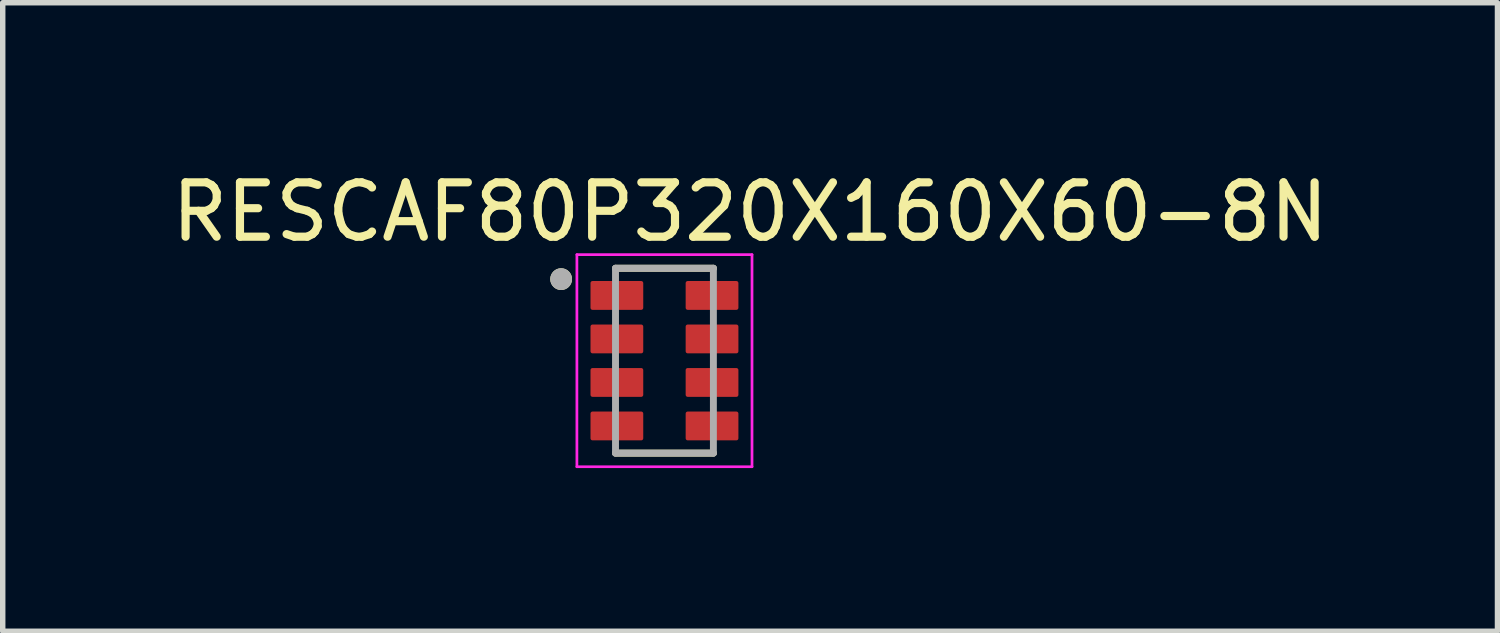
<source format=kicad_pcb>
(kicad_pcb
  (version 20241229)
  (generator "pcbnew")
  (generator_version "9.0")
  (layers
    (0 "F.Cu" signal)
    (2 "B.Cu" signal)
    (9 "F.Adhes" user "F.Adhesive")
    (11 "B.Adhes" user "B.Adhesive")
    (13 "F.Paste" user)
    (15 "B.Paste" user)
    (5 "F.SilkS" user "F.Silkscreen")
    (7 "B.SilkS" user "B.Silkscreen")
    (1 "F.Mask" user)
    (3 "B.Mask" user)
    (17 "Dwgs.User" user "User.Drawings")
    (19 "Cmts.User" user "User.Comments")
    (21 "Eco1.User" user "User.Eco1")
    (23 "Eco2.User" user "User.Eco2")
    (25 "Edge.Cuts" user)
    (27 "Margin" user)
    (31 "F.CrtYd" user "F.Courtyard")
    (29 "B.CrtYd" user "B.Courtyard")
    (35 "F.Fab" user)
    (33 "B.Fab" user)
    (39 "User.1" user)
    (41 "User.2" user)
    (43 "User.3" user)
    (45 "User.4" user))
  (footprint "RESCAF80P320X160X60-8N"
    (layer "F.Cu")
    (at 9.169 3.583)
    (property "Reference" "RESCAF80P320X160X60-8N" (at 1.575 -2.735 0) (layer "F.SilkS") (effects (font (size 1 1) (thickness 0.15))))
    (attr through_hole)
    (fp_line (start -0.9 -1.7) (end 0.9 -1.7) (stroke (width 0.127) (type solid)) (layer "F.SilkS"))
    (fp_line (start 0.9 1.7) (end -0.9 1.7) (stroke (width 0.127) (type solid)) (layer "F.SilkS"))
    (fp_circle (center -1.9 -1.5) (end -1.8 -1.5) (stroke (width 0.2) (type solid)) (fill no) (layer "F.SilkS"))
    (fp_line (start -1.61 -1.95) (end 1.61 -1.95) (stroke (width 0.05) (type solid)) (layer "F.CrtYd"))
    (fp_line (start -1.61 1.95) (end -1.61 -1.95) (stroke (width 0.05) (type solid)) (layer "F.CrtYd"))
    (fp_line (start 1.61 -1.95) (end 1.61 1.95) (stroke (width 0.05) (type solid)) (layer "F.CrtYd"))
    (fp_line (start 1.61 1.95) (end -1.61 1.95) (stroke (width 0.05) (type solid)) (layer "F.CrtYd"))
    (fp_line (start -0.9 -1.7) (end 0.9 -1.7) (stroke (width 0.127) (type solid)) (layer "F.Fab"))
    (fp_line (start -0.9 1.7) (end -0.9 -1.7) (stroke (width 0.127) (type solid)) (layer "F.Fab"))
    (fp_line (start 0.9 -1.7) (end 0.9 1.7) (stroke (width 0.127) (type solid)) (layer "F.Fab"))
    (fp_line (start 0.9 1.7) (end -0.9 1.7) (stroke (width 0.127) (type solid)) (layer "F.Fab"))
    (fp_circle (center -1.9 -1.5) (end -1.8 -1.5) (stroke (width 0.2) (type solid)) (fill no) (layer "F.Fab"))
    (pad "1" smd roundrect (at -0.875 -1.2) (size 0.97 0.53) (layers "F.Cu" "F.Mask" "F.Paste") (roundrect_rratio 0.07))
    (pad "2" smd roundrect (at -0.875 -0.4) (size 0.97 0.53) (layers "F.Cu" "F.Mask" "F.Paste") (roundrect_rratio 0.07))
    (pad "3" smd roundrect (at -0.875 0.4) (size 0.97 0.53) (layers "F.Cu" "F.Mask" "F.Paste") (roundrect_rratio 0.07))
    (pad "4" smd roundrect (at -0.875 1.2) (size 0.97 0.53) (layers "F.Cu" "F.Mask" "F.Paste") (roundrect_rratio 0.07))
    (pad "5" smd roundrect (at 0.875 1.2 180) (size 0.97 0.53) (layers "F.Cu" "F.Mask" "F.Paste") (roundrect_rratio 0.07))
    (pad "6" smd roundrect (at 0.875 0.4 180) (size 0.97 0.53) (layers "F.Cu" "F.Mask" "F.Paste") (roundrect_rratio 0.07))
    (pad "7" smd roundrect (at 0.875 -0.4 180) (size 0.97 0.53) (layers "F.Cu" "F.Mask" "F.Paste") (roundrect_rratio 0.07))
    (pad "8" smd roundrect (at 0.875 -1.2 180) (size 0.97 0.53) (layers "F.Cu" "F.Mask" "F.Paste") (roundrect_rratio 0.07)))
  (gr_rect
    (start -3 -3)
    (end 24.488 8.558)
    (stroke (width 0.1) (type default))
    (fill no)
    (layer "Edge.Cuts")))
</source>
